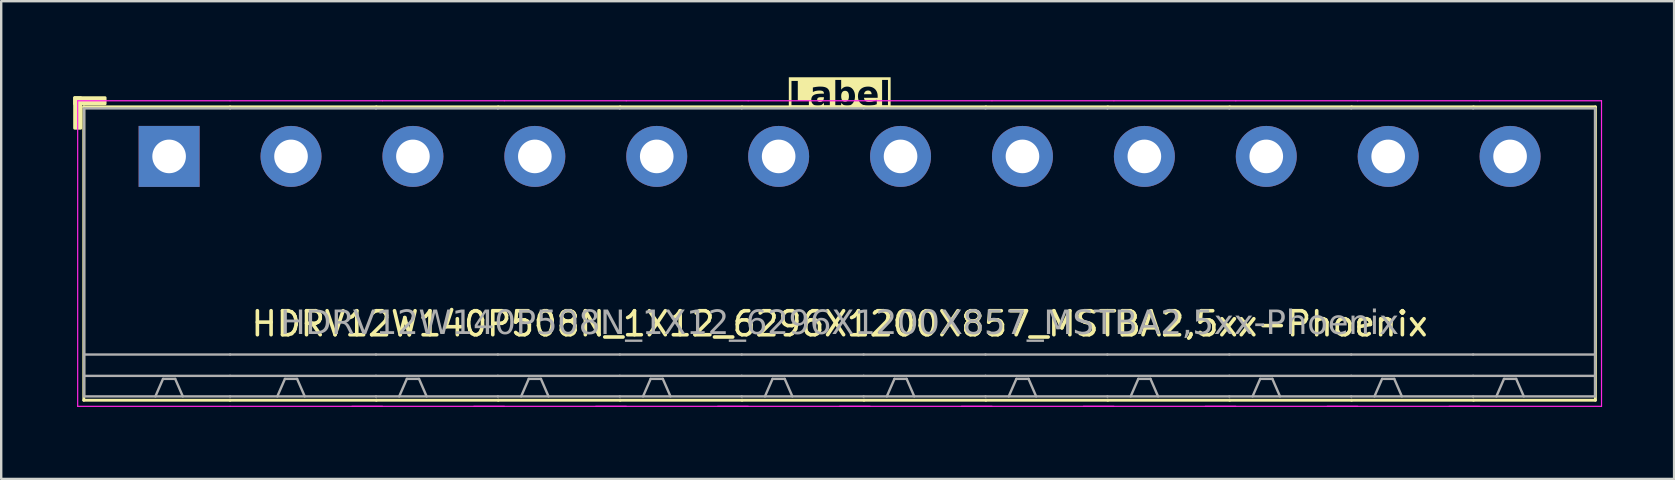
<source format=kicad_pcb>
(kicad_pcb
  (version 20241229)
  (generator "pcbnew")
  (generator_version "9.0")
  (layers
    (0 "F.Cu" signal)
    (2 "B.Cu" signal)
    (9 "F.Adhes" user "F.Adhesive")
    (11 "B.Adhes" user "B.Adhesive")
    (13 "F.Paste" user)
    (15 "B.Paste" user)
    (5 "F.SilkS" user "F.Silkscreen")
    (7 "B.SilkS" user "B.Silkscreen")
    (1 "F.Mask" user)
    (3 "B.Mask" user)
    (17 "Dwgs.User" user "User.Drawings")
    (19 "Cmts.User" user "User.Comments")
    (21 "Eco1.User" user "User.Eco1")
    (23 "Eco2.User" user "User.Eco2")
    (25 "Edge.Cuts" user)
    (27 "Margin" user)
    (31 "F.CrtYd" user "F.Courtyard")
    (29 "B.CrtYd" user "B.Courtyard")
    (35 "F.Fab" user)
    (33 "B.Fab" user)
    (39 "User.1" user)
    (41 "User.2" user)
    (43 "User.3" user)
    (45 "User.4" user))
  (footprint "HDRV12W140P508N_1X12_6296X1200X857_MSTBA2,5xx-Phoenix"
    (layer "F.Cu")
    (at 31.937 3.468)
    (property "Reference" "HDRV12W140P508N_1X12_6296X1200X857_MSTBA2,5xx-Phoenix" (at 0 6.975 0) (layer "F.SilkS") (effects (font (size 1 1) (thickness 0.15))))
    (property "Label" "Label" (at 0 -2.54 0) (layer "F.SilkS" knockout) (effects (font (face "Tahoma") (size 1 1) (thickness 0.2) (bold yes))))
    (attr through_hole)
    (fp_line (start -31.496 -2.065) (end -31.496 10.16) (stroke (width 0.12) (type solid)) (layer "F.SilkS"))
    (fp_line (start -31.496 10.16) (end -25.4 10.16) (stroke (width 0.12) (type solid)) (layer "F.SilkS"))
    (fp_line (start -25.4 -2.065) (end -31.496 -2.065) (stroke (width 0.12) (type solid)) (layer "F.SilkS"))
    (fp_line (start -25.4 -2.065) (end -19.304 -2.065) (stroke (width 0.12) (type solid)) (layer "F.SilkS"))
    (fp_line (start -19.304 -2.065) (end -14.224 -2.065) (stroke (width 0.12) (type solid)) (layer "F.SilkS"))
    (fp_line (start -19.304 10.16) (end -25.4 10.16) (stroke (width 0.12) (type solid)) (layer "F.SilkS"))
    (fp_line (start -14.224 -2.065) (end -9.144 -2.065) (stroke (width 0.12) (type solid)) (layer "F.SilkS"))
    (fp_line (start -14.224 10.16) (end -19.304 10.16) (stroke (width 0.12) (type solid)) (layer "F.SilkS"))
    (fp_line (start -9.144 -2.065) (end -4.064 -2.065) (stroke (width 0.12) (type solid)) (layer "F.SilkS"))
    (fp_line (start -9.144 10.16) (end -14.224 10.16) (stroke (width 0.12) (type solid)) (layer "F.SilkS"))
    (fp_line (start -4.064 -2.065) (end 1.016 -2.065) (stroke (width 0.12) (type solid)) (layer "F.SilkS"))
    (fp_line (start -4.064 10.16) (end -9.144 10.16) (stroke (width 0.12) (type solid)) (layer "F.SilkS"))
    (fp_line (start 1.016 -2.065) (end 6.096 -2.065) (stroke (width 0.12) (type solid)) (layer "F.SilkS"))
    (fp_line (start 1.016 10.16) (end -4.064 10.16) (stroke (width 0.12) (type solid)) (layer "F.SilkS"))
    (fp_line (start 6.096 -2.065) (end 11.176 -2.065) (stroke (width 0.12) (type solid)) (layer "F.SilkS"))
    (fp_line (start 6.096 10.16) (end 1.016 10.16) (stroke (width 0.12) (type solid)) (layer "F.SilkS"))
    (fp_line (start 11.176 -2.065) (end 16.256 -2.065) (stroke (width 0.12) (type solid)) (layer "F.SilkS"))
    (fp_line (start 11.176 10.16) (end 6.096 10.16) (stroke (width 0.12) (type solid)) (layer "F.SilkS"))
    (fp_line (start 16.256 -2.065) (end 21.336 -2.065) (stroke (width 0.12) (type solid)) (layer "F.SilkS"))
    (fp_line (start 16.256 10.16) (end 11.176 10.16) (stroke (width 0.12) (type solid)) (layer "F.SilkS"))
    (fp_line (start 21.336 -2.065) (end 26.416 -2.065) (stroke (width 0.12) (type solid)) (layer "F.SilkS"))
    (fp_line (start 21.336 10.16) (end 16.256 10.16) (stroke (width 0.12) (type solid)) (layer "F.SilkS"))
    (fp_line (start 26.416 -2.065) (end 31.496 -2.065) (stroke (width 0.12) (type solid)) (layer "F.SilkS"))
    (fp_line (start 26.416 10.16) (end 21.336 10.16) (stroke (width 0.12) (type solid)) (layer "F.SilkS"))
    (fp_line (start 31.496 -2.065) (end 31.496 10.16) (stroke (width 0.12) (type solid)) (layer "F.SilkS"))
    (fp_line (start 31.496 10.16) (end 26.416 10.16) (stroke (width 0.12) (type solid)) (layer "F.SilkS"))
    (fp_rect (start -31.877 -2.446) (end -31.623 -1.176) (stroke (width 0.12) (type solid)) (fill yes) (layer "F.SilkS"))
    (fp_rect (start -31.877 -2.446) (end -30.607 -2.192) (stroke (width 0.12) (type solid)) (fill yes) (layer "F.SilkS"))
    (fp_line (start -31.75 10.414) (end -31.75 -2.319) (stroke (width 0.05) (type solid)) (layer "F.CrtYd"))
    (fp_line (start -25.4 -2.319) (end -31.75 -2.319) (stroke (width 0.05) (type solid)) (layer "F.CrtYd"))
    (fp_line (start -25.4 -2.319) (end -19.05 -2.319) (stroke (width 0.05) (type solid)) (layer "F.CrtYd"))
    (fp_line (start -25.4 10.414) (end -31.75 10.414) (stroke (width 0.05) (type solid)) (layer "F.CrtYd"))
    (fp_line (start -25.4 10.414) (end -19.05 10.414) (stroke (width 0.05) (type solid)) (layer "F.CrtYd"))
    (fp_line (start -20.32 10.414) (end -13.97 10.414) (stroke (width 0.05) (type solid)) (layer "F.CrtYd"))
    (fp_line (start -19.05 -2.319) (end -13.97 -2.319) (stroke (width 0.05) (type solid)) (layer "F.CrtYd"))
    (fp_line (start -15.24 10.414) (end -8.89 10.414) (stroke (width 0.05) (type solid)) (layer "F.CrtYd"))
    (fp_line (start -13.97 -2.319) (end -8.89 -2.319) (stroke (width 0.05) (type solid)) (layer "F.CrtYd"))
    (fp_line (start -10.16 10.414) (end -3.81 10.414) (stroke (width 0.05) (type solid)) (layer "F.CrtYd"))
    (fp_line (start -8.89 -2.319) (end -3.81 -2.319) (stroke (width 0.05) (type solid)) (layer "F.CrtYd"))
    (fp_line (start -5.08 10.414) (end 1.27 10.414) (stroke (width 0.05) (type solid)) (layer "F.CrtYd"))
    (fp_line (start -3.81 -2.319) (end 1.27 -2.319) (stroke (width 0.05) (type solid)) (layer "F.CrtYd"))
    (fp_line (start 0 10.414) (end 6.35 10.414) (stroke (width 0.05) (type solid)) (layer "F.CrtYd"))
    (fp_line (start 1.27 -2.319) (end 6.35 -2.319) (stroke (width 0.05) (type solid)) (layer "F.CrtYd"))
    (fp_line (start 5.08 10.414) (end 11.43 10.414) (stroke (width 0.05) (type solid)) (layer "F.CrtYd"))
    (fp_line (start 6.35 -2.319) (end 11.43 -2.319) (stroke (width 0.05) (type solid)) (layer "F.CrtYd"))
    (fp_line (start 10.16 10.414) (end 16.51 10.414) (stroke (width 0.05) (type solid)) (layer "F.CrtYd"))
    (fp_line (start 11.43 -2.319) (end 16.51 -2.319) (stroke (width 0.05) (type solid)) (layer "F.CrtYd"))
    (fp_line (start 15.24 10.414) (end 21.59 10.414) (stroke (width 0.05) (type solid)) (layer "F.CrtYd"))
    (fp_line (start 16.51 -2.319) (end 21.59 -2.319) (stroke (width 0.05) (type solid)) (layer "F.CrtYd"))
    (fp_line (start 20.32 10.414) (end 26.67 10.414) (stroke (width 0.05) (type solid)) (layer "F.CrtYd"))
    (fp_line (start 21.59 -2.319) (end 26.67 -2.319) (stroke (width 0.05) (type solid)) (layer "F.CrtYd"))
    (fp_line (start 25.4 10.414) (end 31.75 10.414) (stroke (width 0.05) (type solid)) (layer "F.CrtYd"))
    (fp_line (start 26.67 -2.319) (end 31.75 -2.319) (stroke (width 0.05) (type solid)) (layer "F.CrtYd"))
    (fp_line (start 31.75 10.414) (end 31.75 -2.319) (stroke (width 0.05) (type solid)) (layer "F.CrtYd"))
    (fp_line (start -31.48 -2) (end -31.48 10) (stroke (width 0.1) (type solid)) (layer "F.Fab"))
    (fp_line (start -28.194 9.271) (end -28.512 10) (stroke (width 0.1) (type default)) (layer "F.Fab"))
    (fp_line (start -27.686 9.271) (end -28.194 9.271) (stroke (width 0.1) (type default)) (layer "F.Fab"))
    (fp_line (start -27.686 9.271) (end -27.369 10) (stroke (width 0.1) (type default)) (layer "F.Fab"))
    (fp_line (start -25.4 -2) (end -31.48 -2) (stroke (width 0.1) (type solid)) (layer "F.Fab"))
    (fp_line (start -25.4 -2) (end -19.32 -2) (stroke (width 0.1) (type solid)) (layer "F.Fab"))
    (fp_line (start -25.4 8.255) (end -31.48 8.255) (stroke (width 0.1) (type solid)) (layer "F.Fab"))
    (fp_line (start -25.4 8.255) (end -19.32 8.255) (stroke (width 0.1) (type solid)) (layer "F.Fab"))
    (fp_line (start -25.4 9.144) (end -31.48 9.144) (stroke (width 0.1) (type solid)) (layer "F.Fab"))
    (fp_line (start -25.4 9.144) (end -19.32 9.144) (stroke (width 0.1) (type solid)) (layer "F.Fab"))
    (fp_line (start -25.4 10) (end -31.48 10) (stroke (width 0.1) (type solid)) (layer "F.Fab"))
    (fp_line (start -25.4 10) (end -19.32 10) (stroke (width 0.1) (type solid)) (layer "F.Fab"))
    (fp_line (start -23.114 9.271) (end -23.431 10) (stroke (width 0.1) (type default)) (layer "F.Fab"))
    (fp_line (start -22.606 9.271) (end -23.114 9.271) (stroke (width 0.1) (type default)) (layer "F.Fab"))
    (fp_line (start -22.606 9.271) (end -22.288 10) (stroke (width 0.1) (type default)) (layer "F.Fab"))
    (fp_line (start -19.32 -2) (end -14.24 -2) (stroke (width 0.1) (type solid)) (layer "F.Fab"))
    (fp_line (start -19.32 8.255) (end -14.24 8.255) (stroke (width 0.1) (type solid)) (layer "F.Fab"))
    (fp_line (start -19.32 9.144) (end -14.24 9.144) (stroke (width 0.1) (type solid)) (layer "F.Fab"))
    (fp_line (start -19.32 10) (end -14.24 10) (stroke (width 0.1) (type solid)) (layer "F.Fab"))
    (fp_line (start -18.034 9.271) (end -18.352 10) (stroke (width 0.1) (type default)) (layer "F.Fab"))
    (fp_line (start -17.526 9.271) (end -18.034 9.271) (stroke (width 0.1) (type default)) (layer "F.Fab"))
    (fp_line (start -17.526 9.271) (end -17.209 10) (stroke (width 0.1) (type default)) (layer "F.Fab"))
    (fp_line (start -14.24 -2) (end -9.16 -2) (stroke (width 0.1) (type solid)) (layer "F.Fab"))
    (fp_line (start -14.24 8.255) (end -9.16 8.255) (stroke (width 0.1) (type solid)) (layer "F.Fab"))
    (fp_line (start -14.24 9.144) (end -9.16 9.144) (stroke (width 0.1) (type solid)) (layer "F.Fab"))
    (fp_line (start -14.24 10) (end -9.16 10) (stroke (width 0.1) (type solid)) (layer "F.Fab"))
    (fp_line (start -12.954 9.271) (end -13.271 10) (stroke (width 0.1) (type default)) (layer "F.Fab"))
    (fp_line (start -12.446 9.271) (end -12.954 9.271) (stroke (width 0.1) (type default)) (layer "F.Fab"))
    (fp_line (start -12.446 9.271) (end -12.129 10) (stroke (width 0.1) (type default)) (layer "F.Fab"))
    (fp_line (start -9.16 -2) (end -4.08 -2) (stroke (width 0.1) (type solid)) (layer "F.Fab"))
    (fp_line (start -9.16 8.255) (end -4.08 8.255) (stroke (width 0.1) (type solid)) (layer "F.Fab"))
    (fp_line (start -9.16 9.144) (end -4.08 9.144) (stroke (width 0.1) (type solid)) (layer "F.Fab"))
    (fp_line (start -9.16 10) (end -4.08 10) (stroke (width 0.1) (type solid)) (layer "F.Fab"))
    (fp_line (start -7.874 9.271) (end -8.191 10) (stroke (width 0.1) (type default)) (layer "F.Fab"))
    (fp_line (start -7.366 9.271) (end -7.874 9.271) (stroke (width 0.1) (type default)) (layer "F.Fab"))
    (fp_line (start -7.366 9.271) (end -7.048 10) (stroke (width 0.1) (type default)) (layer "F.Fab"))
    (fp_line (start -4.08 -2) (end 1 -2) (stroke (width 0.1) (type solid)) (layer "F.Fab"))
    (fp_line (start -4.08 8.255) (end 1 8.255) (stroke (width 0.1) (type solid)) (layer "F.Fab"))
    (fp_line (start -4.08 9.144) (end 1 9.144) (stroke (width 0.1) (type solid)) (layer "F.Fab"))
    (fp_line (start -4.08 10) (end 1 10) (stroke (width 0.1) (type solid)) (layer "F.Fab"))
    (fp_line (start -2.794 9.271) (end -3.111 10) (stroke (width 0.1) (type default)) (layer "F.Fab"))
    (fp_line (start -2.286 9.271) (end -2.794 9.271) (stroke (width 0.1) (type default)) (layer "F.Fab"))
    (fp_line (start -2.286 9.271) (end -1.968 10) (stroke (width 0.1) (type default)) (layer "F.Fab"))
    (fp_line (start 1 -2) (end 6.08 -2) (stroke (width 0.1) (type solid)) (layer "F.Fab"))
    (fp_line (start 1 8.255) (end 6.08 8.255) (stroke (width 0.1) (type solid)) (layer "F.Fab"))
    (fp_line (start 1 9.144) (end 6.08 9.144) (stroke (width 0.1) (type solid)) (layer "F.Fab"))
    (fp_line (start 1 10) (end 6.08 10) (stroke (width 0.1) (type solid)) (layer "F.Fab"))
    (fp_line (start 2.286 9.271) (end 1.968 10) (stroke (width 0.1) (type default)) (layer "F.Fab"))
    (fp_line (start 2.794 9.271) (end 2.286 9.271) (stroke (width 0.1) (type default)) (layer "F.Fab"))
    (fp_line (start 2.794 9.271) (end 3.111 10) (stroke (width 0.1) (type default)) (layer "F.Fab"))
    (fp_line (start 6.08 -2) (end 11.16 -2) (stroke (width 0.1) (type solid)) (layer "F.Fab"))
    (fp_line (start 6.08 8.255) (end 11.16 8.255) (stroke (width 0.1) (type solid)) (layer "F.Fab"))
    (fp_line (start 6.08 9.144) (end 11.16 9.144) (stroke (width 0.1) (type solid)) (layer "F.Fab"))
    (fp_line (start 6.08 10) (end 11.16 10) (stroke (width 0.1) (type solid)) (layer "F.Fab"))
    (fp_line (start 7.366 9.271) (end 7.048 10) (stroke (width 0.1) (type default)) (layer "F.Fab"))
    (fp_line (start 7.874 9.271) (end 7.366 9.271) (stroke (width 0.1) (type default)) (layer "F.Fab"))
    (fp_line (start 7.874 9.271) (end 8.191 10) (stroke (width 0.1) (type default)) (layer "F.Fab"))
    (fp_line (start 11.16 -2) (end 16.24 -2) (stroke (width 0.1) (type solid)) (layer "F.Fab"))
    (fp_line (start 11.16 8.255) (end 16.24 8.255) (stroke (width 0.1) (type solid)) (layer "F.Fab"))
    (fp_line (start 11.16 9.144) (end 16.24 9.144) (stroke (width 0.1) (type solid)) (layer "F.Fab"))
    (fp_line (start 11.16 10) (end 16.24 10) (stroke (width 0.1) (type solid)) (layer "F.Fab"))
    (fp_line (start 12.446 9.271) (end 12.129 10) (stroke (width 0.1) (type default)) (layer "F.Fab"))
    (fp_line (start 12.954 9.271) (end 12.446 9.271) (stroke (width 0.1) (type default)) (layer "F.Fab"))
    (fp_line (start 12.954 9.271) (end 13.271 10) (stroke (width 0.1) (type default)) (layer "F.Fab"))
    (fp_line (start 16.24 -2) (end 21.32 -2) (stroke (width 0.1) (type solid)) (layer "F.Fab"))
    (fp_line (start 16.24 8.255) (end 21.32 8.255) (stroke (width 0.1) (type solid)) (layer "F.Fab"))
    (fp_line (start 16.24 9.144) (end 21.32 9.144) (stroke (width 0.1) (type solid)) (layer "F.Fab"))
    (fp_line (start 16.24 10) (end 21.32 10) (stroke (width 0.1) (type solid)) (layer "F.Fab"))
    (fp_line (start 17.526 9.271) (end 17.209 10) (stroke (width 0.1) (type default)) (layer "F.Fab"))
    (fp_line (start 18.034 9.271) (end 17.526 9.271) (stroke (width 0.1) (type default)) (layer "F.Fab"))
    (fp_line (start 18.034 9.271) (end 18.352 10) (stroke (width 0.1) (type default)) (layer "F.Fab"))
    (fp_line (start 21.32 -2) (end 26.4 -2) (stroke (width 0.1) (type solid)) (layer "F.Fab"))
    (fp_line (start 21.32 8.255) (end 26.4 8.255) (stroke (width 0.1) (type solid)) (layer "F.Fab"))
    (fp_line (start 21.32 9.144) (end 26.4 9.144) (stroke (width 0.1) (type solid)) (layer "F.Fab"))
    (fp_line (start 21.32 10) (end 26.4 10) (stroke (width 0.1) (type solid)) (layer "F.Fab"))
    (fp_line (start 22.606 9.271) (end 22.288 10) (stroke (width 0.1) (type default)) (layer "F.Fab"))
    (fp_line (start 23.114 9.271) (end 22.606 9.271) (stroke (width 0.1) (type default)) (layer "F.Fab"))
    (fp_line (start 23.114 9.271) (end 23.431 10) (stroke (width 0.1) (type default)) (layer "F.Fab"))
    (fp_line (start 26.4 -2) (end 31.48 -2) (stroke (width 0.1) (type solid)) (layer "F.Fab"))
    (fp_line (start 26.4 8.255) (end 31.48 8.255) (stroke (width 0.1) (type solid)) (layer "F.Fab"))
    (fp_line (start 26.4 9.144) (end 31.48 9.144) (stroke (width 0.1) (type solid)) (layer "F.Fab"))
    (fp_line (start 26.4 10) (end 31.48 10) (stroke (width 0.1) (type solid)) (layer "F.Fab"))
    (fp_line (start 27.686 9.271) (end 27.369 10) (stroke (width 0.1) (type default)) (layer "F.Fab"))
    (fp_line (start 28.194 9.271) (end 27.686 9.271) (stroke (width 0.1) (type default)) (layer "F.Fab"))
    (fp_line (start 28.194 9.271) (end 28.512 10) (stroke (width 0.1) (type default)) (layer "F.Fab"))
    (fp_line (start 31.48 -2) (end 31.48 10) (stroke (width 0.1) (type solid)) (layer "F.Fab"))
    (fp_rect (start -28.194 -0.254) (end -27.686 0.254) (stroke (width 0.1) (type solid)) (fill no) (layer "F.Fab"))
    (fp_rect (start -22.606 -0.254) (end -23.114 0.254) (stroke (width 0.1) (type solid)) (fill no) (layer "F.Fab"))
    (fp_rect (start -17.526 -0.254) (end -18.034 0.254) (stroke (width 0.1) (type solid)) (fill no) (layer "F.Fab"))
    (fp_rect (start -12.446 -0.254) (end -12.954 0.254) (stroke (width 0.1) (type solid)) (fill no) (layer "F.Fab"))
    (fp_rect (start -7.366 -0.254) (end -7.874 0.254) (stroke (width 0.1) (type solid)) (fill no) (layer "F.Fab"))
    (fp_rect (start -2.286 -0.254) (end -2.794 0.254) (stroke (width 0.1) (type solid)) (fill no) (layer "F.Fab"))
    (fp_rect (start 2.794 -0.254) (end 2.286 0.254) (stroke (width 0.1) (type solid)) (fill no) (layer "F.Fab"))
    (fp_rect (start 7.874 -0.254) (end 7.366 0.254) (stroke (width 0.1) (type solid)) (fill no) (layer "F.Fab"))
    (fp_rect (start 12.954 -0.254) (end 12.446 0.254) (stroke (width 0.1) (type solid)) (fill no) (layer "F.Fab"))
    (fp_rect (start 18.034 -0.254) (end 17.526 0.254) (stroke (width 0.1) (type solid)) (fill no) (layer "F.Fab"))
    (fp_rect (start 23.114 -0.254) (end 22.606 0.254) (stroke (width 0.1) (type solid)) (fill no) (layer "F.Fab"))
    (fp_rect (start 28.194 -0.254) (end 27.686 0.254) (stroke (width 0.1) (type solid)) (fill no) (layer "F.Fab"))
    (fp_text user "${REFERENCE}" (at 0 6.985 0) (layer "F.Fab") (effects (font (face "Tahoma") (size 1 1) (thickness 0.15))))
    (pad "1" thru_hole rect (at -27.94 0) (size 2.54 2.54) (drill 1.4) (layers "*.Cu" "*.Mask"))
    (pad "2" thru_hole circle (at -22.86 0) (size 2.54 2.54) (drill 1.4) (layers "*.Cu" "*.Mask"))
    (pad "3" thru_hole circle (at -17.78 0) (size 2.54 2.54) (drill 1.4) (layers "*.Cu" "*.Mask"))
    (pad "4" thru_hole circle (at -12.7 0) (size 2.54 2.54) (drill 1.4) (layers "*.Cu" "*.Mask"))
    (pad "5" thru_hole circle (at -7.62 0) (size 2.54 2.54) (drill 1.4) (layers "*.Cu" "*.Mask"))
    (pad "6" thru_hole circle (at -2.54 0) (size 2.54 2.54) (drill 1.4) (layers "*.Cu" "*.Mask"))
    (pad "7" thru_hole circle (at 2.54 0) (size 2.54 2.54) (drill 1.4) (layers "*.Cu" "*.Mask"))
    (pad "8" thru_hole circle (at 7.62 0) (size 2.54 2.54) (drill 1.4) (layers "*.Cu" "*.Mask"))
    (pad "9" thru_hole circle (at 12.7 0) (size 2.54 2.54) (drill 1.4) (layers "*.Cu" "*.Mask"))
    (pad "10" thru_hole circle (at 17.78 0) (size 2.54 2.54) (drill 1.4) (layers "*.Cu" "*.Mask"))
    (pad "11" thru_hole circle (at 22.86 0) (size 2.54 2.54) (drill 1.4) (layers "*.Cu" "*.Mask"))
    (pad "12" thru_hole circle (at 27.94 0) (size 2.54 2.54) (drill 1.4) (layers "*.Cu" "*.Mask")))
  (gr_rect
    (start -3 -3)
    (end 66.712 16.907)
    (stroke (width 0.1) (type default))
    (fill no)
    (layer "Edge.Cuts")))
</source>
